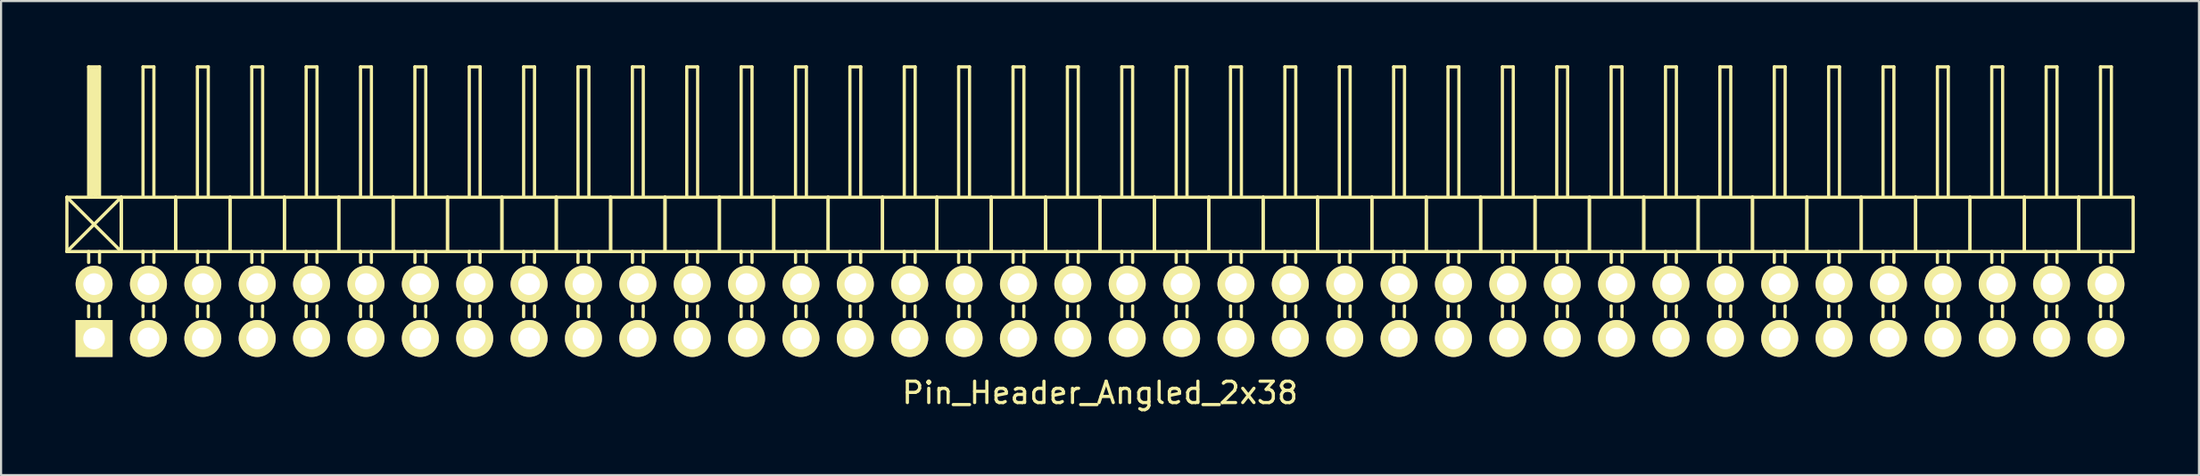
<source format=kicad_pcb>
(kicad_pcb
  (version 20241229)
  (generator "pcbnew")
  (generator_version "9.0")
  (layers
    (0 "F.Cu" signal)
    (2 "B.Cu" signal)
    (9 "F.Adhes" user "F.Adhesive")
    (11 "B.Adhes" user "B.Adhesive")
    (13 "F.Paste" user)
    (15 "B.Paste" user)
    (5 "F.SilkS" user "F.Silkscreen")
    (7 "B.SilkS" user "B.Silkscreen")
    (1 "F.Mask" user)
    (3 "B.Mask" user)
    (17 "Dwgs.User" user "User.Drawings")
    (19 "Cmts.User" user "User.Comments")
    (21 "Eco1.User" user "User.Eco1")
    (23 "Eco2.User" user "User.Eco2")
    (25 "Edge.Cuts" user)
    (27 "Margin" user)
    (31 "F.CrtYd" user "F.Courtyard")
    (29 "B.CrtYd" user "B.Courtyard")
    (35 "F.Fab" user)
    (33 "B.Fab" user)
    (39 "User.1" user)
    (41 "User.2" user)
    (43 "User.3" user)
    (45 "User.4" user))
  (footprint "Pin_Header_Angled_2x38"
    (layer "F.Cu")
    (at 48.335 11.505)
    (property "Reference" "Pin_Header_Angled_2x38" (at 0 3.81 0) (layer "F.SilkS") (effects (font (size 1 1) (thickness 0.15))))
    (attr through_hole)
    (fp_line (start -48.26 -5.334) (end -45.72 -2.794) (stroke (width 0.15) (type solid)) (layer "F.SilkS"))
    (fp_line (start -48.26 -2.794) (end -48.26 -5.334) (stroke (width 0.15) (type solid)) (layer "F.SilkS"))
    (fp_line (start -48.26 -2.794) (end -45.72 -5.334) (stroke (width 0.15) (type solid)) (layer "F.SilkS"))
    (fp_line (start -48.26 -2.794) (end -45.72 -2.794) (stroke (width 0.15) (type solid)) (layer "F.SilkS"))
    (fp_line (start -47.244 -11.43) (end -46.736 -11.43) (stroke (width 0.15) (type solid)) (layer "F.SilkS"))
    (fp_line (start -47.244 -5.334) (end -47.244 -11.43) (stroke (width 0.15) (type solid)) (layer "F.SilkS"))
    (fp_line (start -47.244 -2.794) (end -47.244 -2.286) (stroke (width 0.15) (type solid)) (layer "F.SilkS"))
    (fp_line (start -47.244 -0.254) (end -47.244 0.254) (stroke (width 0.15) (type solid)) (layer "F.SilkS"))
    (fp_line (start -47.117 -11.303) (end -46.863 -11.303) (stroke (width 0.15) (type solid)) (layer "F.SilkS"))
    (fp_line (start -47.117 -5.334) (end -47.117 -11.303) (stroke (width 0.15) (type solid)) (layer "F.SilkS"))
    (fp_line (start -46.99 -5.461) (end -46.99 -11.303) (stroke (width 0.15) (type solid)) (layer "F.SilkS"))
    (fp_line (start -46.863 -11.303) (end -46.863 -5.461) (stroke (width 0.15) (type solid)) (layer "F.SilkS"))
    (fp_line (start -46.863 -5.461) (end -46.99 -5.461) (stroke (width 0.15) (type solid)) (layer "F.SilkS"))
    (fp_line (start -46.736 -11.43) (end -46.736 -5.334) (stroke (width 0.15) (type solid)) (layer "F.SilkS"))
    (fp_line (start -46.736 -2.794) (end -46.736 -2.286) (stroke (width 0.15) (type solid)) (layer "F.SilkS"))
    (fp_line (start -46.736 -0.254) (end -46.736 0.254) (stroke (width 0.15) (type solid)) (layer "F.SilkS"))
    (fp_line (start -45.72 -5.334) (end -48.26 -5.334) (stroke (width 0.15) (type solid)) (layer "F.SilkS"))
    (fp_line (start -45.72 -2.794) (end -45.72 -5.334) (stroke (width 0.15) (type solid)) (layer "F.SilkS"))
    (fp_line (start -45.72 -2.794) (end -45.72 -5.334) (stroke (width 0.15) (type solid)) (layer "F.SilkS"))
    (fp_line (start -45.72 -2.794) (end -43.18 -2.794) (stroke (width 0.15) (type solid)) (layer "F.SilkS"))
    (fp_line (start -44.704 -11.43) (end -44.196 -11.43) (stroke (width 0.15) (type solid)) (layer "F.SilkS"))
    (fp_line (start -44.704 -5.334) (end -44.704 -11.43) (stroke (width 0.15) (type solid)) (layer "F.SilkS"))
    (fp_line (start -44.704 -2.794) (end -44.704 -2.286) (stroke (width 0.15) (type solid)) (layer "F.SilkS"))
    (fp_line (start -44.704 -0.254) (end -44.704 0.254) (stroke (width 0.15) (type solid)) (layer "F.SilkS"))
    (fp_line (start -44.196 -11.43) (end -44.196 -5.334) (stroke (width 0.15) (type solid)) (layer "F.SilkS"))
    (fp_line (start -44.196 -2.794) (end -44.196 -2.286) (stroke (width 0.15) (type solid)) (layer "F.SilkS"))
    (fp_line (start -44.196 -0.254) (end -44.196 0.254) (stroke (width 0.15) (type solid)) (layer "F.SilkS"))
    (fp_line (start -43.18 -5.334) (end -45.72 -5.334) (stroke (width 0.15) (type solid)) (layer "F.SilkS"))
    (fp_line (start -43.18 -2.794) (end -43.18 -5.334) (stroke (width 0.15) (type solid)) (layer "F.SilkS"))
    (fp_line (start -43.18 -2.794) (end -43.18 -5.334) (stroke (width 0.15) (type solid)) (layer "F.SilkS"))
    (fp_line (start -43.18 -2.794) (end -40.64 -2.794) (stroke (width 0.15) (type solid)) (layer "F.SilkS"))
    (fp_line (start -42.164 -11.43) (end -41.656 -11.43) (stroke (width 0.15) (type solid)) (layer "F.SilkS"))
    (fp_line (start -42.164 -5.334) (end -42.164 -11.43) (stroke (width 0.15) (type solid)) (layer "F.SilkS"))
    (fp_line (start -42.164 -2.794) (end -42.164 -2.286) (stroke (width 0.15) (type solid)) (layer "F.SilkS"))
    (fp_line (start -42.164 -0.254) (end -42.164 0.254) (stroke (width 0.15) (type solid)) (layer "F.SilkS"))
    (fp_line (start -41.656 -11.43) (end -41.656 -5.334) (stroke (width 0.15) (type solid)) (layer "F.SilkS"))
    (fp_line (start -41.656 -2.794) (end -41.656 -2.286) (stroke (width 0.15) (type solid)) (layer "F.SilkS"))
    (fp_line (start -41.656 -0.254) (end -41.656 0.254) (stroke (width 0.15) (type solid)) (layer "F.SilkS"))
    (fp_line (start -40.64 -5.334) (end -43.18 -5.334) (stroke (width 0.15) (type solid)) (layer "F.SilkS"))
    (fp_line (start -40.64 -2.794) (end -40.64 -5.334) (stroke (width 0.15) (type solid)) (layer "F.SilkS"))
    (fp_line (start -40.64 -2.794) (end -40.64 -5.334) (stroke (width 0.15) (type solid)) (layer "F.SilkS"))
    (fp_line (start -40.64 -2.794) (end -38.1 -2.794) (stroke (width 0.15) (type solid)) (layer "F.SilkS"))
    (fp_line (start -39.624 -11.43) (end -39.116 -11.43) (stroke (width 0.15) (type solid)) (layer "F.SilkS"))
    (fp_line (start -39.624 -5.334) (end -39.624 -11.43) (stroke (width 0.15) (type solid)) (layer "F.SilkS"))
    (fp_line (start -39.624 -2.794) (end -39.624 -2.286) (stroke (width 0.15) (type solid)) (layer "F.SilkS"))
    (fp_line (start -39.624 -0.254) (end -39.624 0.254) (stroke (width 0.15) (type solid)) (layer "F.SilkS"))
    (fp_line (start -39.116 -11.43) (end -39.116 -5.334) (stroke (width 0.15) (type solid)) (layer "F.SilkS"))
    (fp_line (start -39.116 -2.794) (end -39.116 -2.286) (stroke (width 0.15) (type solid)) (layer "F.SilkS"))
    (fp_line (start -39.116 -0.254) (end -39.116 0.254) (stroke (width 0.15) (type solid)) (layer "F.SilkS"))
    (fp_line (start -38.1 -5.334) (end -40.64 -5.334) (stroke (width 0.15) (type solid)) (layer "F.SilkS"))
    (fp_line (start -38.1 -2.794) (end -38.1 -5.334) (stroke (width 0.15) (type solid)) (layer "F.SilkS"))
    (fp_line (start -38.1 -2.794) (end -38.1 -5.334) (stroke (width 0.15) (type solid)) (layer "F.SilkS"))
    (fp_line (start -38.1 -2.794) (end -35.56 -2.794) (stroke (width 0.15) (type solid)) (layer "F.SilkS"))
    (fp_line (start -37.084 -11.43) (end -36.576 -11.43) (stroke (width 0.15) (type solid)) (layer "F.SilkS"))
    (fp_line (start -37.084 -5.334) (end -37.084 -11.43) (stroke (width 0.15) (type solid)) (layer "F.SilkS"))
    (fp_line (start -37.084 -2.794) (end -37.084 -2.286) (stroke (width 0.15) (type solid)) (layer "F.SilkS"))
    (fp_line (start -37.084 -0.254) (end -37.084 0.254) (stroke (width 0.15) (type solid)) (layer "F.SilkS"))
    (fp_line (start -36.576 -11.43) (end -36.576 -5.334) (stroke (width 0.15) (type solid)) (layer "F.SilkS"))
    (fp_line (start -36.576 -2.794) (end -36.576 -2.286) (stroke (width 0.15) (type solid)) (layer "F.SilkS"))
    (fp_line (start -36.576 -0.254) (end -36.576 0.254) (stroke (width 0.15) (type solid)) (layer "F.SilkS"))
    (fp_line (start -35.56 -5.334) (end -38.1 -5.334) (stroke (width 0.15) (type solid)) (layer "F.SilkS"))
    (fp_line (start -35.56 -2.794) (end -35.56 -5.334) (stroke (width 0.15) (type solid)) (layer "F.SilkS"))
    (fp_line (start -35.56 -2.794) (end -35.56 -5.334) (stroke (width 0.15) (type solid)) (layer "F.SilkS"))
    (fp_line (start -35.56 -2.794) (end -33.02 -2.794) (stroke (width 0.15) (type solid)) (layer "F.SilkS"))
    (fp_line (start -34.544 -11.43) (end -34.036 -11.43) (stroke (width 0.15) (type solid)) (layer "F.SilkS"))
    (fp_line (start -34.544 -5.334) (end -34.544 -11.43) (stroke (width 0.15) (type solid)) (layer "F.SilkS"))
    (fp_line (start -34.544 -2.794) (end -34.544 -2.286) (stroke (width 0.15) (type solid)) (layer "F.SilkS"))
    (fp_line (start -34.544 -0.254) (end -34.544 0.254) (stroke (width 0.15) (type solid)) (layer "F.SilkS"))
    (fp_line (start -34.036 -11.43) (end -34.036 -5.334) (stroke (width 0.15) (type solid)) (layer "F.SilkS"))
    (fp_line (start -34.036 -2.794) (end -34.036 -2.286) (stroke (width 0.15) (type solid)) (layer "F.SilkS"))
    (fp_line (start -34.036 -0.254) (end -34.036 0.254) (stroke (width 0.15) (type solid)) (layer "F.SilkS"))
    (fp_line (start -33.02 -5.334) (end -35.56 -5.334) (stroke (width 0.15) (type solid)) (layer "F.SilkS"))
    (fp_line (start -33.02 -2.794) (end -33.02 -5.334) (stroke (width 0.15) (type solid)) (layer "F.SilkS"))
    (fp_line (start -33.02 -2.794) (end -33.02 -5.334) (stroke (width 0.15) (type solid)) (layer "F.SilkS"))
    (fp_line (start -33.02 -2.794) (end -30.48 -2.794) (stroke (width 0.15) (type solid)) (layer "F.SilkS"))
    (fp_line (start -32.004 -11.43) (end -31.496 -11.43) (stroke (width 0.15) (type solid)) (layer "F.SilkS"))
    (fp_line (start -32.004 -5.334) (end -32.004 -11.43) (stroke (width 0.15) (type solid)) (layer "F.SilkS"))
    (fp_line (start -32.004 -2.794) (end -32.004 -2.286) (stroke (width 0.15) (type solid)) (layer "F.SilkS"))
    (fp_line (start -32.004 -0.254) (end -32.004 0.254) (stroke (width 0.15) (type solid)) (layer "F.SilkS"))
    (fp_line (start -31.496 -11.43) (end -31.496 -5.334) (stroke (width 0.15) (type solid)) (layer "F.SilkS"))
    (fp_line (start -31.496 -2.794) (end -31.496 -2.286) (stroke (width 0.15) (type solid)) (layer "F.SilkS"))
    (fp_line (start -31.496 -0.254) (end -31.496 0.254) (stroke (width 0.15) (type solid)) (layer "F.SilkS"))
    (fp_line (start -30.48 -5.334) (end -33.02 -5.334) (stroke (width 0.15) (type solid)) (layer "F.SilkS"))
    (fp_line (start -30.48 -2.794) (end -30.48 -5.334) (stroke (width 0.15) (type solid)) (layer "F.SilkS"))
    (fp_line (start -30.48 -2.794) (end -30.48 -5.334) (stroke (width 0.15) (type solid)) (layer "F.SilkS"))
    (fp_line (start -30.48 -2.794) (end -27.94 -2.794) (stroke (width 0.15) (type solid)) (layer "F.SilkS"))
    (fp_line (start -29.464 -11.43) (end -28.956 -11.43) (stroke (width 0.15) (type solid)) (layer "F.SilkS"))
    (fp_line (start -29.464 -5.334) (end -29.464 -11.43) (stroke (width 0.15) (type solid)) (layer "F.SilkS"))
    (fp_line (start -29.464 -2.794) (end -29.464 -2.286) (stroke (width 0.15) (type solid)) (layer "F.SilkS"))
    (fp_line (start -29.464 -0.254) (end -29.464 0.254) (stroke (width 0.15) (type solid)) (layer "F.SilkS"))
    (fp_line (start -28.956 -11.43) (end -28.956 -5.334) (stroke (width 0.15) (type solid)) (layer "F.SilkS"))
    (fp_line (start -28.956 -2.794) (end -28.956 -2.286) (stroke (width 0.15) (type solid)) (layer "F.SilkS"))
    (fp_line (start -28.956 -0.254) (end -28.956 0.254) (stroke (width 0.15) (type solid)) (layer "F.SilkS"))
    (fp_line (start -27.94 -5.334) (end -30.48 -5.334) (stroke (width 0.15) (type solid)) (layer "F.SilkS"))
    (fp_line (start -27.94 -2.794) (end -27.94 -5.334) (stroke (width 0.15) (type solid)) (layer "F.SilkS"))
    (fp_line (start -27.94 -2.794) (end -27.94 -5.334) (stroke (width 0.15) (type solid)) (layer "F.SilkS"))
    (fp_line (start -27.94 -2.794) (end -25.4 -2.794) (stroke (width 0.15) (type solid)) (layer "F.SilkS"))
    (fp_line (start -26.924 -11.43) (end -26.416 -11.43) (stroke (width 0.15) (type solid)) (layer "F.SilkS"))
    (fp_line (start -26.924 -5.334) (end -26.924 -11.43) (stroke (width 0.15) (type solid)) (layer "F.SilkS"))
    (fp_line (start -26.924 -2.794) (end -26.924 -2.286) (stroke (width 0.15) (type solid)) (layer "F.SilkS"))
    (fp_line (start -26.924 -0.254) (end -26.924 0.254) (stroke (width 0.15) (type solid)) (layer "F.SilkS"))
    (fp_line (start -26.416 -11.43) (end -26.416 -5.334) (stroke (width 0.15) (type solid)) (layer "F.SilkS"))
    (fp_line (start -26.416 -2.794) (end -26.416 -2.286) (stroke (width 0.15) (type solid)) (layer "F.SilkS"))
    (fp_line (start -26.416 -0.254) (end -26.416 0.254) (stroke (width 0.15) (type solid)) (layer "F.SilkS"))
    (fp_line (start -25.4 -5.334) (end -27.94 -5.334) (stroke (width 0.15) (type solid)) (layer "F.SilkS"))
    (fp_line (start -25.4 -2.794) (end -25.4 -5.334) (stroke (width 0.15) (type solid)) (layer "F.SilkS"))
    (fp_line (start -25.4 -2.794) (end -25.4 -5.334) (stroke (width 0.15) (type solid)) (layer "F.SilkS"))
    (fp_line (start -25.4 -2.794) (end -22.86 -2.794) (stroke (width 0.15) (type solid)) (layer "F.SilkS"))
    (fp_line (start -24.384 -11.43) (end -23.876 -11.43) (stroke (width 0.15) (type solid)) (layer "F.SilkS"))
    (fp_line (start -24.384 -5.334) (end -24.384 -11.43) (stroke (width 0.15) (type solid)) (layer "F.SilkS"))
    (fp_line (start -24.384 -2.794) (end -24.384 -2.286) (stroke (width 0.15) (type solid)) (layer "F.SilkS"))
    (fp_line (start -24.384 -0.254) (end -24.384 0.254) (stroke (width 0.15) (type solid)) (layer "F.SilkS"))
    (fp_line (start -23.876 -11.43) (end -23.876 -5.334) (stroke (width 0.15) (type solid)) (layer "F.SilkS"))
    (fp_line (start -23.876 -2.794) (end -23.876 -2.286) (stroke (width 0.15) (type solid)) (layer "F.SilkS"))
    (fp_line (start -23.876 -0.254) (end -23.876 0.254) (stroke (width 0.15) (type solid)) (layer "F.SilkS"))
    (fp_line (start -22.86 -5.334) (end -25.4 -5.334) (stroke (width 0.15) (type solid)) (layer "F.SilkS"))
    (fp_line (start -22.86 -2.794) (end -22.86 -5.334) (stroke (width 0.15) (type solid)) (layer "F.SilkS"))
    (fp_line (start -22.86 -2.794) (end -22.86 -5.334) (stroke (width 0.15) (type solid)) (layer "F.SilkS"))
    (fp_line (start -22.86 -2.794) (end -20.32 -2.794) (stroke (width 0.15) (type solid)) (layer "F.SilkS"))
    (fp_line (start -21.844 -11.43) (end -21.336 -11.43) (stroke (width 0.15) (type solid)) (layer "F.SilkS"))
    (fp_line (start -21.844 -5.334) (end -21.844 -11.43) (stroke (width 0.15) (type solid)) (layer "F.SilkS"))
    (fp_line (start -21.844 -2.794) (end -21.844 -2.286) (stroke (width 0.15) (type solid)) (layer "F.SilkS"))
    (fp_line (start -21.844 -0.254) (end -21.844 0.254) (stroke (width 0.15) (type solid)) (layer "F.SilkS"))
    (fp_line (start -21.336 -11.43) (end -21.336 -5.334) (stroke (width 0.15) (type solid)) (layer "F.SilkS"))
    (fp_line (start -21.336 -2.794) (end -21.336 -2.286) (stroke (width 0.15) (type solid)) (layer "F.SilkS"))
    (fp_line (start -21.336 -0.254) (end -21.336 0.254) (stroke (width 0.15) (type solid)) (layer "F.SilkS"))
    (fp_line (start -20.32 -5.334) (end -22.86 -5.334) (stroke (width 0.15) (type solid)) (layer "F.SilkS"))
    (fp_line (start -20.32 -2.794) (end -20.32 -5.334) (stroke (width 0.15) (type solid)) (layer "F.SilkS"))
    (fp_line (start -20.32 -2.794) (end -20.32 -5.334) (stroke (width 0.15) (type solid)) (layer "F.SilkS"))
    (fp_line (start -20.32 -2.794) (end -17.78 -2.794) (stroke (width 0.15) (type solid)) (layer "F.SilkS"))
    (fp_line (start -19.304 -11.43) (end -18.796 -11.43) (stroke (width 0.15) (type solid)) (layer "F.SilkS"))
    (fp_line (start -19.304 -5.334) (end -19.304 -11.43) (stroke (width 0.15) (type solid)) (layer "F.SilkS"))
    (fp_line (start -19.304 -2.794) (end -19.304 -2.286) (stroke (width 0.15) (type solid)) (layer "F.SilkS"))
    (fp_line (start -19.304 -0.254) (end -19.304 0.254) (stroke (width 0.15) (type solid)) (layer "F.SilkS"))
    (fp_line (start -18.796 -11.43) (end -18.796 -5.334) (stroke (width 0.15) (type solid)) (layer "F.SilkS"))
    (fp_line (start -18.796 -2.794) (end -18.796 -2.286) (stroke (width 0.15) (type solid)) (layer "F.SilkS"))
    (fp_line (start -18.796 -0.254) (end -18.796 0.254) (stroke (width 0.15) (type solid)) (layer "F.SilkS"))
    (fp_line (start -17.78 -5.334) (end -20.32 -5.334) (stroke (width 0.15) (type solid)) (layer "F.SilkS"))
    (fp_line (start -17.78 -2.794) (end -17.78 -5.334) (stroke (width 0.15) (type solid)) (layer "F.SilkS"))
    (fp_line (start -17.78 -2.794) (end -17.78 -5.334) (stroke (width 0.15) (type solid)) (layer "F.SilkS"))
    (fp_line (start -17.78 -2.794) (end -15.24 -2.794) (stroke (width 0.15) (type solid)) (layer "F.SilkS"))
    (fp_line (start -16.764 -11.43) (end -16.256 -11.43) (stroke (width 0.15) (type solid)) (layer "F.SilkS"))
    (fp_line (start -16.764 -5.334) (end -16.764 -11.43) (stroke (width 0.15) (type solid)) (layer "F.SilkS"))
    (fp_line (start -16.764 -2.794) (end -16.764 -2.286) (stroke (width 0.15) (type solid)) (layer "F.SilkS"))
    (fp_line (start -16.764 -0.254) (end -16.764 0.254) (stroke (width 0.15) (type solid)) (layer "F.SilkS"))
    (fp_line (start -16.256 -11.43) (end -16.256 -5.334) (stroke (width 0.15) (type solid)) (layer "F.SilkS"))
    (fp_line (start -16.256 -2.794) (end -16.256 -2.286) (stroke (width 0.15) (type solid)) (layer "F.SilkS"))
    (fp_line (start -16.256 -0.254) (end -16.256 0.254) (stroke (width 0.15) (type solid)) (layer "F.SilkS"))
    (fp_line (start -15.24 -5.334) (end -17.78 -5.334) (stroke (width 0.15) (type solid)) (layer "F.SilkS"))
    (fp_line (start -15.24 -2.794) (end -15.24 -5.334) (stroke (width 0.15) (type solid)) (layer "F.SilkS"))
    (fp_line (start -15.24 -2.794) (end -15.24 -5.334) (stroke (width 0.15) (type solid)) (layer "F.SilkS"))
    (fp_line (start -15.24 -2.794) (end -12.7 -2.794) (stroke (width 0.15) (type solid)) (layer "F.SilkS"))
    (fp_line (start -14.224 -11.43) (end -13.716 -11.43) (stroke (width 0.15) (type solid)) (layer "F.SilkS"))
    (fp_line (start -14.224 -5.334) (end -14.224 -11.43) (stroke (width 0.15) (type solid)) (layer "F.SilkS"))
    (fp_line (start -14.224 -2.794) (end -14.224 -2.286) (stroke (width 0.15) (type solid)) (layer "F.SilkS"))
    (fp_line (start -14.224 -0.254) (end -14.224 0.254) (stroke (width 0.15) (type solid)) (layer "F.SilkS"))
    (fp_line (start -13.716 -11.43) (end -13.716 -5.334) (stroke (width 0.15) (type solid)) (layer "F.SilkS"))
    (fp_line (start -13.716 -2.794) (end -13.716 -2.286) (stroke (width 0.15) (type solid)) (layer "F.SilkS"))
    (fp_line (start -13.716 -0.254) (end -13.716 0.254) (stroke (width 0.15) (type solid)) (layer "F.SilkS"))
    (fp_line (start -12.7 -5.334) (end -15.24 -5.334) (stroke (width 0.15) (type solid)) (layer "F.SilkS"))
    (fp_line (start -12.7 -2.794) (end -12.7 -5.334) (stroke (width 0.15) (type solid)) (layer "F.SilkS"))
    (fp_line (start -12.7 -2.794) (end -12.7 -5.334) (stroke (width 0.15) (type solid)) (layer "F.SilkS"))
    (fp_line (start -12.7 -2.794) (end -10.16 -2.794) (stroke (width 0.15) (type solid)) (layer "F.SilkS"))
    (fp_line (start -11.684 -11.43) (end -11.176 -11.43) (stroke (width 0.15) (type solid)) (layer "F.SilkS"))
    (fp_line (start -11.684 -5.334) (end -11.684 -11.43) (stroke (width 0.15) (type solid)) (layer "F.SilkS"))
    (fp_line (start -11.684 -2.794) (end -11.684 -2.286) (stroke (width 0.15) (type solid)) (layer "F.SilkS"))
    (fp_line (start -11.684 -0.254) (end -11.684 0.254) (stroke (width 0.15) (type solid)) (layer "F.SilkS"))
    (fp_line (start -11.176 -11.43) (end -11.176 -5.334) (stroke (width 0.15) (type solid)) (layer "F.SilkS"))
    (fp_line (start -11.176 -2.794) (end -11.176 -2.286) (stroke (width 0.15) (type solid)) (layer "F.SilkS"))
    (fp_line (start -11.176 -0.254) (end -11.176 0.254) (stroke (width 0.15) (type solid)) (layer "F.SilkS"))
    (fp_line (start -10.16 -5.334) (end -12.7 -5.334) (stroke (width 0.15) (type solid)) (layer "F.SilkS"))
    (fp_line (start -10.16 -2.794) (end -10.16 -5.334) (stroke (width 0.15) (type solid)) (layer "F.SilkS"))
    (fp_line (start -10.16 -2.794) (end -10.16 -5.334) (stroke (width 0.15) (type solid)) (layer "F.SilkS"))
    (fp_line (start -10.16 -2.794) (end -7.62 -2.794) (stroke (width 0.15) (type solid)) (layer "F.SilkS"))
    (fp_line (start -9.144 -11.43) (end -8.636 -11.43) (stroke (width 0.15) (type solid)) (layer "F.SilkS"))
    (fp_line (start -9.144 -5.334) (end -9.144 -11.43) (stroke (width 0.15) (type solid)) (layer "F.SilkS"))
    (fp_line (start -9.144 -2.794) (end -9.144 -2.286) (stroke (width 0.15) (type solid)) (layer "F.SilkS"))
    (fp_line (start -9.144 -0.254) (end -9.144 0.254) (stroke (width 0.15) (type solid)) (layer "F.SilkS"))
    (fp_line (start -8.636 -11.43) (end -8.636 -5.334) (stroke (width 0.15) (type solid)) (layer "F.SilkS"))
    (fp_line (start -8.636 -2.794) (end -8.636 -2.286) (stroke (width 0.15) (type solid)) (layer "F.SilkS"))
    (fp_line (start -8.636 -0.254) (end -8.636 0.254) (stroke (width 0.15) (type solid)) (layer "F.SilkS"))
    (fp_line (start -7.62 -5.334) (end -10.16 -5.334) (stroke (width 0.15) (type solid)) (layer "F.SilkS"))
    (fp_line (start -7.62 -2.794) (end -7.62 -5.334) (stroke (width 0.15) (type solid)) (layer "F.SilkS"))
    (fp_line (start -7.62 -2.794) (end -7.62 -5.334) (stroke (width 0.15) (type solid)) (layer "F.SilkS"))
    (fp_line (start -7.62 -2.794) (end -5.08 -2.794) (stroke (width 0.15) (type solid)) (layer "F.SilkS"))
    (fp_line (start -6.604 -11.43) (end -6.096 -11.43) (stroke (width 0.15) (type solid)) (layer "F.SilkS"))
    (fp_line (start -6.604 -5.334) (end -6.604 -11.43) (stroke (width 0.15) (type solid)) (layer "F.SilkS"))
    (fp_line (start -6.604 -2.794) (end -6.604 -2.286) (stroke (width 0.15) (type solid)) (layer "F.SilkS"))
    (fp_line (start -6.604 -0.254) (end -6.604 0.254) (stroke (width 0.15) (type solid)) (layer "F.SilkS"))
    (fp_line (start -6.096 -11.43) (end -6.096 -5.334) (stroke (width 0.15) (type solid)) (layer "F.SilkS"))
    (fp_line (start -6.096 -2.794) (end -6.096 -2.286) (stroke (width 0.15) (type solid)) (layer "F.SilkS"))
    (fp_line (start -6.096 -0.254) (end -6.096 0.254) (stroke (width 0.15) (type solid)) (layer "F.SilkS"))
    (fp_line (start -5.08 -5.334) (end -7.62 -5.334) (stroke (width 0.15) (type solid)) (layer "F.SilkS"))
    (fp_line (start -5.08 -2.794) (end -5.08 -5.334) (stroke (width 0.15) (type solid)) (layer "F.SilkS"))
    (fp_line (start -5.08 -2.794) (end -5.08 -5.334) (stroke (width 0.15) (type solid)) (layer "F.SilkS"))
    (fp_line (start -5.08 -2.794) (end -2.54 -2.794) (stroke (width 0.15) (type solid)) (layer "F.SilkS"))
    (fp_line (start -4.064 -11.43) (end -3.556 -11.43) (stroke (width 0.15) (type solid)) (layer "F.SilkS"))
    (fp_line (start -4.064 -5.334) (end -4.064 -11.43) (stroke (width 0.15) (type solid)) (layer "F.SilkS"))
    (fp_line (start -4.064 -2.794) (end -4.064 -2.286) (stroke (width 0.15) (type solid)) (layer "F.SilkS"))
    (fp_line (start -4.064 -0.254) (end -4.064 0.254) (stroke (width 0.15) (type solid)) (layer "F.SilkS"))
    (fp_line (start -3.556 -11.43) (end -3.556 -5.334) (stroke (width 0.15) (type solid)) (layer "F.SilkS"))
    (fp_line (start -3.556 -2.794) (end -3.556 -2.286) (stroke (width 0.15) (type solid)) (layer "F.SilkS"))
    (fp_line (start -3.556 -0.254) (end -3.556 0.254) (stroke (width 0.15) (type solid)) (layer "F.SilkS"))
    (fp_line (start -2.54 -5.334) (end -5.08 -5.334) (stroke (width 0.15) (type solid)) (layer "F.SilkS"))
    (fp_line (start -2.54 -2.794) (end -2.54 -5.334) (stroke (width 0.15) (type solid)) (layer "F.SilkS"))
    (fp_line (start -2.54 -2.794) (end -2.54 -5.334) (stroke (width 0.15) (type solid)) (layer "F.SilkS"))
    (fp_line (start -2.54 -2.794) (end 0 -2.794) (stroke (width 0.15) (type solid)) (layer "F.SilkS"))
    (fp_line (start -1.524 -11.43) (end -1.016 -11.43) (stroke (width 0.15) (type solid)) (layer "F.SilkS"))
    (fp_line (start -1.524 -5.334) (end -1.524 -11.43) (stroke (width 0.15) (type solid)) (layer "F.SilkS"))
    (fp_line (start -1.524 -2.794) (end -1.524 -2.286) (stroke (width 0.15) (type solid)) (layer "F.SilkS"))
    (fp_line (start -1.524 -0.254) (end -1.524 0.254) (stroke (width 0.15) (type solid)) (layer "F.SilkS"))
    (fp_line (start -1.016 -11.43) (end -1.016 -5.334) (stroke (width 0.15) (type solid)) (layer "F.SilkS"))
    (fp_line (start -1.016 -2.794) (end -1.016 -2.286) (stroke (width 0.15) (type solid)) (layer "F.SilkS"))
    (fp_line (start -1.016 -0.254) (end -1.016 0.254) (stroke (width 0.15) (type solid)) (layer "F.SilkS"))
    (fp_line (start 0 -5.334) (end -2.54 -5.334) (stroke (width 0.15) (type solid)) (layer "F.SilkS"))
    (fp_line (start 0 -2.794) (end 0 -5.334) (stroke (width 0.15) (type solid)) (layer "F.SilkS"))
    (fp_line (start 0 -2.794) (end 0 -5.334) (stroke (width 0.15) (type solid)) (layer "F.SilkS"))
    (fp_line (start 0 -2.794) (end 2.54 -2.794) (stroke (width 0.15) (type solid)) (layer "F.SilkS"))
    (fp_line (start 1.016 -11.43) (end 1.524 -11.43) (stroke (width 0.15) (type solid)) (layer "F.SilkS"))
    (fp_line (start 1.016 -5.334) (end 1.016 -11.43) (stroke (width 0.15) (type solid)) (layer "F.SilkS"))
    (fp_line (start 1.016 -2.794) (end 1.016 -2.286) (stroke (width 0.15) (type solid)) (layer "F.SilkS"))
    (fp_line (start 1.016 -0.254) (end 1.016 0.254) (stroke (width 0.15) (type solid)) (layer "F.SilkS"))
    (fp_line (start 1.524 -11.43) (end 1.524 -5.334) (stroke (width 0.15) (type solid)) (layer "F.SilkS"))
    (fp_line (start 1.524 -2.794) (end 1.524 -2.286) (stroke (width 0.15) (type solid)) (layer "F.SilkS"))
    (fp_line (start 1.524 -0.254) (end 1.524 0.254) (stroke (width 0.15) (type solid)) (layer "F.SilkS"))
    (fp_line (start 2.54 -5.334) (end 0 -5.334) (stroke (width 0.15) (type solid)) (layer "F.SilkS"))
    (fp_line (start 2.54 -2.794) (end 2.54 -5.334) (stroke (width 0.15) (type solid)) (layer "F.SilkS"))
    (fp_line (start 2.54 -2.794) (end 2.54 -5.334) (stroke (width 0.15) (type solid)) (layer "F.SilkS"))
    (fp_line (start 2.54 -2.794) (end 5.08 -2.794) (stroke (width 0.15) (type solid)) (layer "F.SilkS"))
    (fp_line (start 3.556 -11.43) (end 4.064 -11.43) (stroke (width 0.15) (type solid)) (layer "F.SilkS"))
    (fp_line (start 3.556 -5.334) (end 3.556 -11.43) (stroke (width 0.15) (type solid)) (layer "F.SilkS"))
    (fp_line (start 3.556 -2.794) (end 3.556 -2.286) (stroke (width 0.15) (type solid)) (layer "F.SilkS"))
    (fp_line (start 3.556 -0.254) (end 3.556 0.254) (stroke (width 0.15) (type solid)) (layer "F.SilkS"))
    (fp_line (start 4.064 -11.43) (end 4.064 -5.334) (stroke (width 0.15) (type solid)) (layer "F.SilkS"))
    (fp_line (start 4.064 -2.794) (end 4.064 -2.286) (stroke (width 0.15) (type solid)) (layer "F.SilkS"))
    (fp_line (start 4.064 -0.254) (end 4.064 0.254) (stroke (width 0.15) (type solid)) (layer "F.SilkS"))
    (fp_line (start 5.08 -5.334) (end 2.54 -5.334) (stroke (width 0.15) (type solid)) (layer "F.SilkS"))
    (fp_line (start 5.08 -2.794) (end 5.08 -5.334) (stroke (width 0.15) (type solid)) (layer "F.SilkS"))
    (fp_line (start 5.08 -2.794) (end 5.08 -5.334) (stroke (width 0.15) (type solid)) (layer "F.SilkS"))
    (fp_line (start 5.08 -2.794) (end 7.62 -2.794) (stroke (width 0.15) (type solid)) (layer "F.SilkS"))
    (fp_line (start 6.096 -11.43) (end 6.604 -11.43) (stroke (width 0.15) (type solid)) (layer "F.SilkS"))
    (fp_line (start 6.096 -5.334) (end 6.096 -11.43) (stroke (width 0.15) (type solid)) (layer "F.SilkS"))
    (fp_line (start 6.096 -2.794) (end 6.096 -2.286) (stroke (width 0.15) (type solid)) (layer "F.SilkS"))
    (fp_line (start 6.096 -0.254) (end 6.096 0.254) (stroke (width 0.15) (type solid)) (layer "F.SilkS"))
    (fp_line (start 6.604 -11.43) (end 6.604 -5.334) (stroke (width 0.15) (type solid)) (layer "F.SilkS"))
    (fp_line (start 6.604 -2.794) (end 6.604 -2.286) (stroke (width 0.15) (type solid)) (layer "F.SilkS"))
    (fp_line (start 6.604 -0.254) (end 6.604 0.254) (stroke (width 0.15) (type solid)) (layer "F.SilkS"))
    (fp_line (start 7.62 -5.334) (end 5.08 -5.334) (stroke (width 0.15) (type solid)) (layer "F.SilkS"))
    (fp_line (start 7.62 -2.794) (end 7.62 -5.334) (stroke (width 0.15) (type solid)) (layer "F.SilkS"))
    (fp_line (start 7.62 -2.794) (end 7.62 -5.334) (stroke (width 0.15) (type solid)) (layer "F.SilkS"))
    (fp_line (start 7.62 -2.794) (end 10.16 -2.794) (stroke (width 0.15) (type solid)) (layer "F.SilkS"))
    (fp_line (start 8.636 -11.43) (end 9.144 -11.43) (stroke (width 0.15) (type solid)) (layer "F.SilkS"))
    (fp_line (start 8.636 -5.334) (end 8.636 -11.43) (stroke (width 0.15) (type solid)) (layer "F.SilkS"))
    (fp_line (start 8.636 -2.794) (end 8.636 -2.286) (stroke (width 0.15) (type solid)) (layer "F.SilkS"))
    (fp_line (start 8.636 -0.254) (end 8.636 0.254) (stroke (width 0.15) (type solid)) (layer "F.SilkS"))
    (fp_line (start 9.144 -11.43) (end 9.144 -5.334) (stroke (width 0.15) (type solid)) (layer "F.SilkS"))
    (fp_line (start 9.144 -2.794) (end 9.144 -2.286) (stroke (width 0.15) (type solid)) (layer "F.SilkS"))
    (fp_line (start 9.144 -0.254) (end 9.144 0.254) (stroke (width 0.15) (type solid)) (layer "F.SilkS"))
    (fp_line (start 10.16 -5.334) (end 7.62 -5.334) (stroke (width 0.15) (type solid)) (layer "F.SilkS"))
    (fp_line (start 10.16 -2.794) (end 10.16 -5.334) (stroke (width 0.15) (type solid)) (layer "F.SilkS"))
    (fp_line (start 10.16 -2.794) (end 10.16 -5.334) (stroke (width 0.15) (type solid)) (layer "F.SilkS"))
    (fp_line (start 10.16 -2.794) (end 12.7 -2.794) (stroke (width 0.15) (type solid)) (layer "F.SilkS"))
    (fp_line (start 11.176 -11.43) (end 11.684 -11.43) (stroke (width 0.15) (type solid)) (layer "F.SilkS"))
    (fp_line (start 11.176 -5.334) (end 11.176 -11.43) (stroke (width 0.15) (type solid)) (layer "F.SilkS"))
    (fp_line (start 11.176 -2.794) (end 11.176 -2.286) (stroke (width 0.15) (type solid)) (layer "F.SilkS"))
    (fp_line (start 11.176 -0.254) (end 11.176 0.254) (stroke (width 0.15) (type solid)) (layer "F.SilkS"))
    (fp_line (start 11.684 -11.43) (end 11.684 -5.334) (stroke (width 0.15) (type solid)) (layer "F.SilkS"))
    (fp_line (start 11.684 -2.794) (end 11.684 -2.286) (stroke (width 0.15) (type solid)) (layer "F.SilkS"))
    (fp_line (start 11.684 -0.254) (end 11.684 0.254) (stroke (width 0.15) (type solid)) (layer "F.SilkS"))
    (fp_line (start 12.7 -5.334) (end 10.16 -5.334) (stroke (width 0.15) (type solid)) (layer "F.SilkS"))
    (fp_line (start 12.7 -2.794) (end 12.7 -5.334) (stroke (width 0.15) (type solid)) (layer "F.SilkS"))
    (fp_line (start 12.7 -2.794) (end 12.7 -5.334) (stroke (width 0.15) (type solid)) (layer "F.SilkS"))
    (fp_line (start 12.7 -2.794) (end 15.24 -2.794) (stroke (width 0.15) (type solid)) (layer "F.SilkS"))
    (fp_line (start 13.716 -11.43) (end 14.224 -11.43) (stroke (width 0.15) (type solid)) (layer "F.SilkS"))
    (fp_line (start 13.716 -5.334) (end 13.716 -11.43) (stroke (width 0.15) (type solid)) (layer "F.SilkS"))
    (fp_line (start 13.716 -2.794) (end 13.716 -2.286) (stroke (width 0.15) (type solid)) (layer "F.SilkS"))
    (fp_line (start 13.716 -0.254) (end 13.716 0.254) (stroke (width 0.15) (type solid)) (layer "F.SilkS"))
    (fp_line (start 14.224 -11.43) (end 14.224 -5.334) (stroke (width 0.15) (type solid)) (layer "F.SilkS"))
    (fp_line (start 14.224 -2.794) (end 14.224 -2.286) (stroke (width 0.15) (type solid)) (layer "F.SilkS"))
    (fp_line (start 14.224 -0.254) (end 14.224 0.254) (stroke (width 0.15) (type solid)) (layer "F.SilkS"))
    (fp_line (start 15.24 -5.334) (end 12.7 -5.334) (stroke (width 0.15) (type solid)) (layer "F.SilkS"))
    (fp_line (start 15.24 -2.794) (end 15.24 -5.334) (stroke (width 0.15) (type solid)) (layer "F.SilkS"))
    (fp_line (start 15.24 -2.794) (end 15.24 -5.334) (stroke (width 0.15) (type solid)) (layer "F.SilkS"))
    (fp_line (start 15.24 -2.794) (end 17.78 -2.794) (stroke (width 0.15) (type solid)) (layer "F.SilkS"))
    (fp_line (start 16.256 -11.43) (end 16.764 -11.43) (stroke (width 0.15) (type solid)) (layer "F.SilkS"))
    (fp_line (start 16.256 -5.334) (end 16.256 -11.43) (stroke (width 0.15) (type solid)) (layer "F.SilkS"))
    (fp_line (start 16.256 -2.794) (end 16.256 -2.286) (stroke (width 0.15) (type solid)) (layer "F.SilkS"))
    (fp_line (start 16.256 -0.254) (end 16.256 0.254) (stroke (width 0.15) (type solid)) (layer "F.SilkS"))
    (fp_line (start 16.764 -11.43) (end 16.764 -5.334) (stroke (width 0.15) (type solid)) (layer "F.SilkS"))
    (fp_line (start 16.764 -2.794) (end 16.764 -2.286) (stroke (width 0.15) (type solid)) (layer "F.SilkS"))
    (fp_line (start 16.764 -0.254) (end 16.764 0.254) (stroke (width 0.15) (type solid)) (layer "F.SilkS"))
    (fp_line (start 17.78 -5.334) (end 15.24 -5.334) (stroke (width 0.15) (type solid)) (layer "F.SilkS"))
    (fp_line (start 17.78 -2.794) (end 17.78 -5.334) (stroke (width 0.15) (type solid)) (layer "F.SilkS"))
    (fp_line (start 17.78 -2.794) (end 17.78 -5.334) (stroke (width 0.15) (type solid)) (layer "F.SilkS"))
    (fp_line (start 17.78 -2.794) (end 20.32 -2.794) (stroke (width 0.15) (type solid)) (layer "F.SilkS"))
    (fp_line (start 18.796 -11.43) (end 19.304 -11.43) (stroke (width 0.15) (type solid)) (layer "F.SilkS"))
    (fp_line (start 18.796 -5.334) (end 18.796 -11.43) (stroke (width 0.15) (type solid)) (layer "F.SilkS"))
    (fp_line (start 18.796 -2.794) (end 18.796 -2.286) (stroke (width 0.15) (type solid)) (layer "F.SilkS"))
    (fp_line (start 18.796 -0.254) (end 18.796 0.254) (stroke (width 0.15) (type solid)) (layer "F.SilkS"))
    (fp_line (start 19.304 -11.43) (end 19.304 -5.334) (stroke (width 0.15) (type solid)) (layer "F.SilkS"))
    (fp_line (start 19.304 -2.794) (end 19.304 -2.286) (stroke (width 0.15) (type solid)) (layer "F.SilkS"))
    (fp_line (start 19.304 -0.254) (end 19.304 0.254) (stroke (width 0.15) (type solid)) (layer "F.SilkS"))
    (fp_line (start 20.32 -5.334) (end 17.78 -5.334) (stroke (width 0.15) (type solid)) (layer "F.SilkS"))
    (fp_line (start 20.32 -2.794) (end 20.32 -5.334) (stroke (width 0.15) (type solid)) (layer "F.SilkS"))
    (fp_line (start 20.32 -2.794) (end 20.32 -5.334) (stroke (width 0.15) (type solid)) (layer "F.SilkS"))
    (fp_line (start 20.32 -2.794) (end 22.86 -2.794) (stroke (width 0.15) (type solid)) (layer "F.SilkS"))
    (fp_line (start 21.336 -11.43) (end 21.844 -11.43) (stroke (width 0.15) (type solid)) (layer "F.SilkS"))
    (fp_line (start 21.336 -5.334) (end 21.336 -11.43) (stroke (width 0.15) (type solid)) (layer "F.SilkS"))
    (fp_line (start 21.336 -2.794) (end 21.336 -2.286) (stroke (width 0.15) (type solid)) (layer "F.SilkS"))
    (fp_line (start 21.336 -0.254) (end 21.336 0.254) (stroke (width 0.15) (type solid)) (layer "F.SilkS"))
    (fp_line (start 21.844 -11.43) (end 21.844 -5.334) (stroke (width 0.15) (type solid)) (layer "F.SilkS"))
    (fp_line (start 21.844 -2.794) (end 21.844 -2.286) (stroke (width 0.15) (type solid)) (layer "F.SilkS"))
    (fp_line (start 21.844 -0.254) (end 21.844 0.254) (stroke (width 0.15) (type solid)) (layer "F.SilkS"))
    (fp_line (start 22.86 -5.334) (end 20.32 -5.334) (stroke (width 0.15) (type solid)) (layer "F.SilkS"))
    (fp_line (start 22.86 -2.794) (end 22.86 -5.334) (stroke (width 0.15) (type solid)) (layer "F.SilkS"))
    (fp_line (start 22.86 -2.794) (end 22.86 -5.334) (stroke (width 0.15) (type solid)) (layer "F.SilkS"))
    (fp_line (start 22.86 -2.794) (end 25.4 -2.794) (stroke (width 0.15) (type solid)) (layer "F.SilkS"))
    (fp_line (start 23.876 -11.43) (end 24.384 -11.43) (stroke (width 0.15) (type solid)) (layer "F.SilkS"))
    (fp_line (start 23.876 -5.334) (end 23.876 -11.43) (stroke (width 0.15) (type solid)) (layer "F.SilkS"))
    (fp_line (start 23.876 -2.794) (end 23.876 -2.286) (stroke (width 0.15) (type solid)) (layer "F.SilkS"))
    (fp_line (start 23.876 -0.254) (end 23.876 0.254) (stroke (width 0.15) (type solid)) (layer "F.SilkS"))
    (fp_line (start 24.384 -11.43) (end 24.384 -5.334) (stroke (width 0.15) (type solid)) (layer "F.SilkS"))
    (fp_line (start 24.384 -2.794) (end 24.384 -2.286) (stroke (width 0.15) (type solid)) (layer "F.SilkS"))
    (fp_line (start 24.384 -0.254) (end 24.384 0.254) (stroke (width 0.15) (type solid)) (layer "F.SilkS"))
    (fp_line (start 25.4 -5.334) (end 22.86 -5.334) (stroke (width 0.15) (type solid)) (layer "F.SilkS"))
    (fp_line (start 25.4 -2.794) (end 25.4 -5.334) (stroke (width 0.15) (type solid)) (layer "F.SilkS"))
    (fp_line (start 25.4 -2.794) (end 25.4 -5.334) (stroke (width 0.15) (type solid)) (layer "F.SilkS"))
    (fp_line (start 25.4 -2.794) (end 27.94 -2.794) (stroke (width 0.15) (type solid)) (layer "F.SilkS"))
    (fp_line (start 26.416 -11.43) (end 26.924 -11.43) (stroke (width 0.15) (type solid)) (layer "F.SilkS"))
    (fp_line (start 26.416 -5.334) (end 26.416 -11.43) (stroke (width 0.15) (type solid)) (layer "F.SilkS"))
    (fp_line (start 26.416 -2.794) (end 26.416 -2.286) (stroke (width 0.15) (type solid)) (layer "F.SilkS"))
    (fp_line (start 26.416 -0.254) (end 26.416 0.254) (stroke (width 0.15) (type solid)) (layer "F.SilkS"))
    (fp_line (start 26.924 -11.43) (end 26.924 -5.334) (stroke (width 0.15) (type solid)) (layer "F.SilkS"))
    (fp_line (start 26.924 -2.794) (end 26.924 -2.286) (stroke (width 0.15) (type solid)) (layer "F.SilkS"))
    (fp_line (start 26.924 -0.254) (end 26.924 0.254) (stroke (width 0.15) (type solid)) (layer "F.SilkS"))
    (fp_line (start 27.94 -5.334) (end 25.4 -5.334) (stroke (width 0.15) (type solid)) (layer "F.SilkS"))
    (fp_line (start 27.94 -2.794) (end 27.94 -5.334) (stroke (width 0.15) (type solid)) (layer "F.SilkS"))
    (fp_line (start 27.94 -2.794) (end 27.94 -5.334) (stroke (width 0.15) (type solid)) (layer "F.SilkS"))
    (fp_line (start 27.94 -2.794) (end 30.48 -2.794) (stroke (width 0.15) (type solid)) (layer "F.SilkS"))
    (fp_line (start 28.956 -11.43) (end 29.464 -11.43) (stroke (width 0.15) (type solid)) (layer "F.SilkS"))
    (fp_line (start 28.956 -5.334) (end 28.956 -11.43) (stroke (width 0.15) (type solid)) (layer "F.SilkS"))
    (fp_line (start 28.956 -2.794) (end 28.956 -2.286) (stroke (width 0.15) (type solid)) (layer "F.SilkS"))
    (fp_line (start 28.956 -0.254) (end 28.956 0.254) (stroke (width 0.15) (type solid)) (layer "F.SilkS"))
    (fp_line (start 29.464 -11.43) (end 29.464 -5.334) (stroke (width 0.15) (type solid)) (layer "F.SilkS"))
    (fp_line (start 29.464 -2.794) (end 29.464 -2.286) (stroke (width 0.15) (type solid)) (layer "F.SilkS"))
    (fp_line (start 29.464 -0.254) (end 29.464 0.254) (stroke (width 0.15) (type solid)) (layer "F.SilkS"))
    (fp_line (start 30.48 -5.334) (end 27.94 -5.334) (stroke (width 0.15) (type solid)) (layer "F.SilkS"))
    (fp_line (start 30.48 -2.794) (end 30.48 -5.334) (stroke (width 0.15) (type solid)) (layer "F.SilkS"))
    (fp_line (start 30.48 -2.794) (end 30.48 -5.334) (stroke (width 0.15) (type solid)) (layer "F.SilkS"))
    (fp_line (start 30.48 -2.794) (end 33.02 -2.794) (stroke (width 0.15) (type solid)) (layer "F.SilkS"))
    (fp_line (start 31.496 -11.43) (end 32.004 -11.43) (stroke (width 0.15) (type solid)) (layer "F.SilkS"))
    (fp_line (start 31.496 -5.334) (end 31.496 -11.43) (stroke (width 0.15) (type solid)) (layer "F.SilkS"))
    (fp_line (start 31.496 -2.794) (end 31.496 -2.286) (stroke (width 0.15) (type solid)) (layer "F.SilkS"))
    (fp_line (start 31.496 -0.254) (end 31.496 0.254) (stroke (width 0.15) (type solid)) (layer "F.SilkS"))
    (fp_line (start 32.004 -11.43) (end 32.004 -5.334) (stroke (width 0.15) (type solid)) (layer "F.SilkS"))
    (fp_line (start 32.004 -2.794) (end 32.004 -2.286) (stroke (width 0.15) (type solid)) (layer "F.SilkS"))
    (fp_line (start 32.004 -0.254) (end 32.004 0.254) (stroke (width 0.15) (type solid)) (layer "F.SilkS"))
    (fp_line (start 33.02 -5.334) (end 30.48 -5.334) (stroke (width 0.15) (type solid)) (layer "F.SilkS"))
    (fp_line (start 33.02 -2.794) (end 33.02 -5.334) (stroke (width 0.15) (type solid)) (layer "F.SilkS"))
    (fp_line (start 33.02 -2.794) (end 33.02 -5.334) (stroke (width 0.15) (type solid)) (layer "F.SilkS"))
    (fp_line (start 33.02 -2.794) (end 35.56 -2.794) (stroke (width 0.15) (type solid)) (layer "F.SilkS"))
    (fp_line (start 34.036 -11.43) (end 34.544 -11.43) (stroke (width 0.15) (type solid)) (layer "F.SilkS"))
    (fp_line (start 34.036 -5.334) (end 34.036 -11.43) (stroke (width 0.15) (type solid)) (layer "F.SilkS"))
    (fp_line (start 34.036 -2.794) (end 34.036 -2.286) (stroke (width 0.15) (type solid)) (layer "F.SilkS"))
    (fp_line (start 34.036 -0.254) (end 34.036 0.254) (stroke (width 0.15) (type solid)) (layer "F.SilkS"))
    (fp_line (start 34.544 -11.43) (end 34.544 -5.334) (stroke (width 0.15) (type solid)) (layer "F.SilkS"))
    (fp_line (start 34.544 -2.794) (end 34.544 -2.286) (stroke (width 0.15) (type solid)) (layer "F.SilkS"))
    (fp_line (start 34.544 -0.254) (end 34.544 0.254) (stroke (width 0.15) (type solid)) (layer "F.SilkS"))
    (fp_line (start 35.56 -5.334) (end 33.02 -5.334) (stroke (width 0.15) (type solid)) (layer "F.SilkS"))
    (fp_line (start 35.56 -2.794) (end 35.56 -5.334) (stroke (width 0.15) (type solid)) (layer "F.SilkS"))
    (fp_line (start 35.56 -2.794) (end 35.56 -5.334) (stroke (width 0.15) (type solid)) (layer "F.SilkS"))
    (fp_line (start 35.56 -2.794) (end 38.1 -2.794) (stroke (width 0.15) (type solid)) (layer "F.SilkS"))
    (fp_line (start 36.576 -11.43) (end 37.084 -11.43) (stroke (width 0.15) (type solid)) (layer "F.SilkS"))
    (fp_line (start 36.576 -5.334) (end 36.576 -11.43) (stroke (width 0.15) (type solid)) (layer "F.SilkS"))
    (fp_line (start 36.576 -2.794) (end 36.576 -2.286) (stroke (width 0.15) (type solid)) (layer "F.SilkS"))
    (fp_line (start 36.576 -0.254) (end 36.576 0.254) (stroke (width 0.15) (type solid)) (layer "F.SilkS"))
    (fp_line (start 37.084 -11.43) (end 37.084 -5.334) (stroke (width 0.15) (type solid)) (layer "F.SilkS"))
    (fp_line (start 37.084 -2.794) (end 37.084 -2.286) (stroke (width 0.15) (type solid)) (layer "F.SilkS"))
    (fp_line (start 37.084 -0.254) (end 37.084 0.254) (stroke (width 0.15) (type solid)) (layer "F.SilkS"))
    (fp_line (start 38.1 -5.334) (end 35.56 -5.334) (stroke (width 0.15) (type solid)) (layer "F.SilkS"))
    (fp_line (start 38.1 -2.794) (end 38.1 -5.334) (stroke (width 0.15) (type solid)) (layer "F.SilkS"))
    (fp_line (start 38.1 -2.794) (end 38.1 -5.334) (stroke (width 0.15) (type solid)) (layer "F.SilkS"))
    (fp_line (start 38.1 -2.794) (end 40.64 -2.794) (stroke (width 0.15) (type solid)) (layer "F.SilkS"))
    (fp_line (start 39.116 -11.43) (end 39.624 -11.43) (stroke (width 0.15) (type solid)) (layer "F.SilkS"))
    (fp_line (start 39.116 -5.334) (end 39.116 -11.43) (stroke (width 0.15) (type solid)) (layer "F.SilkS"))
    (fp_line (start 39.116 -2.794) (end 39.116 -2.286) (stroke (width 0.15) (type solid)) (layer "F.SilkS"))
    (fp_line (start 39.116 -0.254) (end 39.116 0.254) (stroke (width 0.15) (type solid)) (layer "F.SilkS"))
    (fp_line (start 39.624 -11.43) (end 39.624 -5.334) (stroke (width 0.15) (type solid)) (layer "F.SilkS"))
    (fp_line (start 39.624 -2.794) (end 39.624 -2.286) (stroke (width 0.15) (type solid)) (layer "F.SilkS"))
    (fp_line (start 39.624 -0.254) (end 39.624 0.254) (stroke (width 0.15) (type solid)) (layer "F.SilkS"))
    (fp_line (start 40.64 -5.334) (end 38.1 -5.334) (stroke (width 0.15) (type solid)) (layer "F.SilkS"))
    (fp_line (start 40.64 -2.794) (end 40.64 -5.334) (stroke (width 0.15) (type solid)) (layer "F.SilkS"))
    (fp_line (start 40.64 -2.794) (end 40.64 -5.334) (stroke (width 0.15) (type solid)) (layer "F.SilkS"))
    (fp_line (start 40.64 -2.794) (end 43.18 -2.794) (stroke (width 0.15) (type solid)) (layer "F.SilkS"))
    (fp_line (start 41.656 -11.43) (end 42.164 -11.43) (stroke (width 0.15) (type solid)) (layer "F.SilkS"))
    (fp_line (start 41.656 -5.334) (end 41.656 -11.43) (stroke (width 0.15) (type solid)) (layer "F.SilkS"))
    (fp_line (start 41.656 -2.794) (end 41.656 -2.286) (stroke (width 0.15) (type solid)) (layer "F.SilkS"))
    (fp_line (start 41.656 -0.254) (end 41.656 0.254) (stroke (width 0.15) (type solid)) (layer "F.SilkS"))
    (fp_line (start 42.164 -11.43) (end 42.164 -5.334) (stroke (width 0.15) (type solid)) (layer "F.SilkS"))
    (fp_line (start 42.164 -2.794) (end 42.164 -2.286) (stroke (width 0.15) (type solid)) (layer "F.SilkS"))
    (fp_line (start 42.164 -0.254) (end 42.164 0.254) (stroke (width 0.15) (type solid)) (layer "F.SilkS"))
    (fp_line (start 43.18 -5.334) (end 40.64 -5.334) (stroke (width 0.15) (type solid)) (layer "F.SilkS"))
    (fp_line (start 43.18 -2.794) (end 43.18 -5.334) (stroke (width 0.15) (type solid)) (layer "F.SilkS"))
    (fp_line (start 43.18 -2.794) (end 43.18 -5.334) (stroke (width 0.15) (type solid)) (layer "F.SilkS"))
    (fp_line (start 43.18 -2.794) (end 45.72 -2.794) (stroke (width 0.15) (type solid)) (layer "F.SilkS"))
    (fp_line (start 44.196 -11.43) (end 44.704 -11.43) (stroke (width 0.15) (type solid)) (layer "F.SilkS"))
    (fp_line (start 44.196 -5.334) (end 44.196 -11.43) (stroke (width 0.15) (type solid)) (layer "F.SilkS"))
    (fp_line (start 44.196 -2.794) (end 44.196 -2.286) (stroke (width 0.15) (type solid)) (layer "F.SilkS"))
    (fp_line (start 44.196 -0.254) (end 44.196 0.254) (stroke (width 0.15) (type solid)) (layer "F.SilkS"))
    (fp_line (start 44.704 -11.43) (end 44.704 -5.334) (stroke (width 0.15) (type solid)) (layer "F.SilkS"))
    (fp_line (start 44.704 -2.794) (end 44.704 -2.286) (stroke (width 0.15) (type solid)) (layer "F.SilkS"))
    (fp_line (start 44.704 -0.254) (end 44.704 0.254) (stroke (width 0.15) (type solid)) (layer "F.SilkS"))
    (fp_line (start 45.72 -5.334) (end 43.18 -5.334) (stroke (width 0.15) (type solid)) (layer "F.SilkS"))
    (fp_line (start 45.72 -2.794) (end 45.72 -5.334) (stroke (width 0.15) (type solid)) (layer "F.SilkS"))
    (fp_line (start 45.72 -2.794) (end 45.72 -5.334) (stroke (width 0.15) (type solid)) (layer "F.SilkS"))
    (fp_line (start 45.72 -2.794) (end 48.26 -2.794) (stroke (width 0.15) (type solid)) (layer "F.SilkS"))
    (fp_line (start 46.736 -11.43) (end 47.244 -11.43) (stroke (width 0.15) (type solid)) (layer "F.SilkS"))
    (fp_line (start 46.736 -5.334) (end 46.736 -11.43) (stroke (width 0.15) (type solid)) (layer "F.SilkS"))
    (fp_line (start 46.736 -2.794) (end 46.736 -2.286) (stroke (width 0.15) (type solid)) (layer "F.SilkS"))
    (fp_line (start 46.736 -0.254) (end 46.736 0.254) (stroke (width 0.15) (type solid)) (layer "F.SilkS"))
    (fp_line (start 47.244 -11.43) (end 47.244 -5.334) (stroke (width 0.15) (type solid)) (layer "F.SilkS"))
    (fp_line (start 47.244 -2.794) (end 47.244 -2.286) (stroke (width 0.15) (type solid)) (layer "F.SilkS"))
    (fp_line (start 47.244 -0.254) (end 47.244 0.254) (stroke (width 0.15) (type solid)) (layer "F.SilkS"))
    (fp_line (start 48.26 -5.334) (end 45.72 -5.334) (stroke (width 0.15) (type solid)) (layer "F.SilkS"))
    (fp_line (start 48.26 -2.794) (end 48.26 -5.334) (stroke (width 0.15) (type solid)) (layer "F.SilkS"))
    (pad "1" thru_hole rect (at -46.99 1.27) (size 1.727 1.727) (drill 1.016) (layers "*.Cu" "*.Mask" "F.SilkS"))
    (pad "2" thru_hole oval (at -46.99 -1.27) (size 1.727 1.727) (drill 1.016) (layers "*.Cu" "*.Mask" "F.SilkS"))
    (pad "3" thru_hole oval (at -44.45 1.27) (size 1.727 1.727) (drill 1.016) (layers "*.Cu" "*.Mask" "F.SilkS"))
    (pad "4" thru_hole oval (at -44.45 -1.27) (size 1.727 1.727) (drill 1.016) (layers "*.Cu" "*.Mask" "F.SilkS"))
    (pad "5" thru_hole oval (at -41.91 1.27) (size 1.727 1.727) (drill 1.016) (layers "*.Cu" "*.Mask" "F.SilkS"))
    (pad "6" thru_hole oval (at -41.91 -1.27) (size 1.727 1.727) (drill 1.016) (layers "*.Cu" "*.Mask" "F.SilkS"))
    (pad "7" thru_hole oval (at -39.37 1.27) (size 1.727 1.727) (drill 1.016) (layers "*.Cu" "*.Mask" "F.SilkS"))
    (pad "8" thru_hole oval (at -39.37 -1.27) (size 1.727 1.727) (drill 1.016) (layers "*.Cu" "*.Mask" "F.SilkS"))
    (pad "9" thru_hole oval (at -36.83 1.27) (size 1.727 1.727) (drill 1.016) (layers "*.Cu" "*.Mask" "F.SilkS"))
    (pad "10" thru_hole oval (at -36.83 -1.27) (size 1.727 1.727) (drill 1.016) (layers "*.Cu" "*.Mask" "F.SilkS"))
    (pad "11" thru_hole oval (at -34.29 1.27) (size 1.727 1.727) (drill 1.016) (layers "*.Cu" "*.Mask" "F.SilkS"))
    (pad "12" thru_hole oval (at -34.29 -1.27) (size 1.727 1.727) (drill 1.016) (layers "*.Cu" "*.Mask" "F.SilkS"))
    (pad "13" thru_hole oval (at -31.75 1.27) (size 1.727 1.727) (drill 1.016) (layers "*.Cu" "*.Mask" "F.SilkS"))
    (pad "14" thru_hole oval (at -31.75 -1.27) (size 1.727 1.727) (drill 1.016) (layers "*.Cu" "*.Mask" "F.SilkS"))
    (pad "15" thru_hole oval (at -29.21 1.27) (size 1.727 1.727) (drill 1.016) (layers "*.Cu" "*.Mask" "F.SilkS"))
    (pad "16" thru_hole oval (at -29.21 -1.27) (size 1.727 1.727) (drill 1.016) (layers "*.Cu" "*.Mask" "F.SilkS"))
    (pad "17" thru_hole oval (at -26.67 1.27) (size 1.727 1.727) (drill 1.016) (layers "*.Cu" "*.Mask" "F.SilkS"))
    (pad "18" thru_hole oval (at -26.67 -1.27) (size 1.727 1.727) (drill 1.016) (layers "*.Cu" "*.Mask" "F.SilkS"))
    (pad "19" thru_hole oval (at -24.13 1.27) (size 1.727 1.727) (drill 1.016) (layers "*.Cu" "*.Mask" "F.SilkS"))
    (pad "20" thru_hole oval (at -24.13 -1.27) (size 1.727 1.727) (drill 1.016) (layers "*.Cu" "*.Mask" "F.SilkS"))
    (pad "21" thru_hole oval (at -21.59 1.27) (size 1.727 1.727) (drill 1.016) (layers "*.Cu" "*.Mask" "F.SilkS"))
    (pad "22" thru_hole oval (at -21.59 -1.27) (size 1.727 1.727) (drill 1.016) (layers "*.Cu" "*.Mask" "F.SilkS"))
    (pad "23" thru_hole oval (at -19.05 1.27) (size 1.727 1.727) (drill 1.016) (layers "*.Cu" "*.Mask" "F.SilkS"))
    (pad "24" thru_hole oval (at -19.05 -1.27) (size 1.727 1.727) (drill 1.016) (layers "*.Cu" "*.Mask" "F.SilkS"))
    (pad "25" thru_hole oval (at -16.51 1.27) (size 1.727 1.727) (drill 1.016) (layers "*.Cu" "*.Mask" "F.SilkS"))
    (pad "26" thru_hole oval (at -16.51 -1.27) (size 1.727 1.727) (drill 1.016) (layers "*.Cu" "*.Mask" "F.SilkS"))
    (pad "27" thru_hole oval (at -13.97 1.27) (size 1.727 1.727) (drill 1.016) (layers "*.Cu" "*.Mask" "F.SilkS"))
    (pad "28" thru_hole oval (at -13.97 -1.27) (size 1.727 1.727) (drill 1.016) (layers "*.Cu" "*.Mask" "F.SilkS"))
    (pad "29" thru_hole oval (at -11.43 1.27) (size 1.727 1.727) (drill 1.016) (layers "*.Cu" "*.Mask" "F.SilkS"))
    (pad "30" thru_hole oval (at -11.43 -1.27) (size 1.727 1.727) (drill 1.016) (layers "*.Cu" "*.Mask" "F.SilkS"))
    (pad "31" thru_hole oval (at -8.89 1.27) (size 1.727 1.727) (drill 1.016) (layers "*.Cu" "*.Mask" "F.SilkS"))
    (pad "32" thru_hole oval (at -8.89 -1.27) (size 1.727 1.727) (drill 1.016) (layers "*.Cu" "*.Mask" "F.SilkS"))
    (pad "33" thru_hole oval (at -6.35 1.27) (size 1.727 1.727) (drill 1.016) (layers "*.Cu" "*.Mask" "F.SilkS"))
    (pad "34" thru_hole oval (at -6.35 -1.27) (size 1.727 1.727) (drill 1.016) (layers "*.Cu" "*.Mask" "F.SilkS"))
    (pad "35" thru_hole oval (at -3.81 1.27) (size 1.727 1.727) (drill 1.016) (layers "*.Cu" "*.Mask" "F.SilkS"))
    (pad "36" thru_hole oval (at -3.81 -1.27) (size 1.727 1.727) (drill 1.016) (layers "*.Cu" "*.Mask" "F.SilkS"))
    (pad "37" thru_hole oval (at -1.27 1.27) (size 1.727 1.727) (drill 1.016) (layers "*.Cu" "*.Mask" "F.SilkS"))
    (pad "38" thru_hole oval (at -1.27 -1.27) (size 1.727 1.727) (drill 1.016) (layers "*.Cu" "*.Mask" "F.SilkS"))
    (pad "39" thru_hole oval (at 1.27 1.27) (size 1.727 1.727) (drill 1.016) (layers "*.Cu" "*.Mask" "F.SilkS"))
    (pad "40" thru_hole oval (at 1.27 -1.27) (size 1.727 1.727) (drill 1.016) (layers "*.Cu" "*.Mask" "F.SilkS"))
    (pad "41" thru_hole oval (at 3.81 1.27) (size 1.727 1.727) (drill 1.016) (layers "*.Cu" "*.Mask" "F.SilkS"))
    (pad "42" thru_hole oval (at 3.81 -1.27) (size 1.727 1.727) (drill 1.016) (layers "*.Cu" "*.Mask" "F.SilkS"))
    (pad "43" thru_hole oval (at 6.35 1.27) (size 1.727 1.727) (drill 1.016) (layers "*.Cu" "*.Mask" "F.SilkS"))
    (pad "44" thru_hole oval (at 6.35 -1.27) (size 1.727 1.727) (drill 1.016) (layers "*.Cu" "*.Mask" "F.SilkS"))
    (pad "45" thru_hole oval (at 8.89 1.27) (size 1.727 1.727) (drill 1.016) (layers "*.Cu" "*.Mask" "F.SilkS"))
    (pad "46" thru_hole oval (at 8.89 -1.27) (size 1.727 1.727) (drill 1.016) (layers "*.Cu" "*.Mask" "F.SilkS"))
    (pad "47" thru_hole oval (at 11.43 1.27) (size 1.727 1.727) (drill 1.016) (layers "*.Cu" "*.Mask" "F.SilkS"))
    (pad "48" thru_hole oval (at 11.43 -1.27) (size 1.727 1.727) (drill 1.016) (layers "*.Cu" "*.Mask" "F.SilkS"))
    (pad "49" thru_hole oval (at 13.97 1.27) (size 1.727 1.727) (drill 1.016) (layers "*.Cu" "*.Mask" "F.SilkS"))
    (pad "50" thru_hole oval (at 13.97 -1.27) (size 1.727 1.727) (drill 1.016) (layers "*.Cu" "*.Mask" "F.SilkS"))
    (pad "51" thru_hole oval (at 16.51 1.27) (size 1.727 1.727) (drill 1.016) (layers "*.Cu" "*.Mask" "F.SilkS"))
    (pad "52" thru_hole oval (at 16.51 -1.27) (size 1.727 1.727) (drill 1.016) (layers "*.Cu" "*.Mask" "F.SilkS"))
    (pad "53" thru_hole oval (at 19.05 1.27) (size 1.727 1.727) (drill 1.016) (layers "*.Cu" "*.Mask" "F.SilkS"))
    (pad "54" thru_hole oval (at 19.05 -1.27) (size 1.727 1.727) (drill 1.016) (layers "*.Cu" "*.Mask" "F.SilkS"))
    (pad "55" thru_hole oval (at 21.59 1.27) (size 1.727 1.727) (drill 1.016) (layers "*.Cu" "*.Mask" "F.SilkS"))
    (pad "56" thru_hole oval (at 21.59 -1.27) (size 1.727 1.727) (drill 1.016) (layers "*.Cu" "*.Mask" "F.SilkS"))
    (pad "57" thru_hole oval (at 24.13 1.27) (size 1.727 1.727) (drill 1.016) (layers "*.Cu" "*.Mask" "F.SilkS"))
    (pad "58" thru_hole oval (at 24.13 -1.27) (size 1.727 1.727) (drill 1.016) (layers "*.Cu" "*.Mask" "F.SilkS"))
    (pad "59" thru_hole oval (at 26.67 1.27) (size 1.727 1.727) (drill 1.016) (layers "*.Cu" "*.Mask" "F.SilkS"))
    (pad "60" thru_hole oval (at 26.67 -1.27) (size 1.727 1.727) (drill 1.016) (layers "*.Cu" "*.Mask" "F.SilkS"))
    (pad "61" thru_hole oval (at 29.21 1.27) (size 1.727 1.727) (drill 1.016) (layers "*.Cu" "*.Mask" "F.SilkS"))
    (pad "62" thru_hole oval (at 29.21 -1.27) (size 1.727 1.727) (drill 1.016) (layers "*.Cu" "*.Mask" "F.SilkS"))
    (pad "63" thru_hole oval (at 31.75 1.27) (size 1.727 1.727) (drill 1.016) (layers "*.Cu" "*.Mask" "F.SilkS"))
    (pad "64" thru_hole oval (at 31.75 -1.27) (size 1.727 1.727) (drill 1.016) (layers "*.Cu" "*.Mask" "F.SilkS"))
    (pad "65" thru_hole oval (at 34.29 1.27) (size 1.727 1.727) (drill 1.016) (layers "*.Cu" "*.Mask" "F.SilkS"))
    (pad "66" thru_hole oval (at 34.29 -1.27) (size 1.727 1.727) (drill 1.016) (layers "*.Cu" "*.Mask" "F.SilkS"))
    (pad "67" thru_hole oval (at 36.83 1.27) (size 1.727 1.727) (drill 1.016) (layers "*.Cu" "*.Mask" "F.SilkS"))
    (pad "68" thru_hole oval (at 36.83 -1.27) (size 1.727 1.727) (drill 1.016) (layers "*.Cu" "*.Mask" "F.SilkS"))
    (pad "69" thru_hole oval (at 39.37 1.27) (size 1.727 1.727) (drill 1.016) (layers "*.Cu" "*.Mask" "F.SilkS"))
    (pad "70" thru_hole oval (at 39.37 -1.27) (size 1.727 1.727) (drill 1.016) (layers "*.Cu" "*.Mask" "F.SilkS"))
    (pad "71" thru_hole oval (at 41.91 1.27) (size 1.727 1.727) (drill 1.016) (layers "*.Cu" "*.Mask" "F.SilkS"))
    (pad "72" thru_hole oval (at 41.91 -1.27) (size 1.727 1.727) (drill 1.016) (layers "*.Cu" "*.Mask" "F.SilkS"))
    (pad "73" thru_hole oval (at 44.45 1.27) (size 1.727 1.727) (drill 1.016) (layers "*.Cu" "*.Mask" "F.SilkS"))
    (pad "74" thru_hole oval (at 44.45 -1.27) (size 1.727 1.727) (drill 1.016) (layers "*.Cu" "*.Mask" "F.SilkS"))
    (pad "75" thru_hole oval (at 46.99 1.27) (size 1.727 1.727) (drill 1.016) (layers "*.Cu" "*.Mask" "F.SilkS"))
    (pad "76" thru_hole oval (at 46.99 -1.27) (size 1.727 1.727) (drill 1.016) (layers "*.Cu" "*.Mask" "F.SilkS")))
  (gr_rect
    (start -3 -3)
    (end 99.67 19.163)
    (stroke (width 0.1) (type default))
    (fill no)
    (layer "Edge.Cuts")))
</source>
